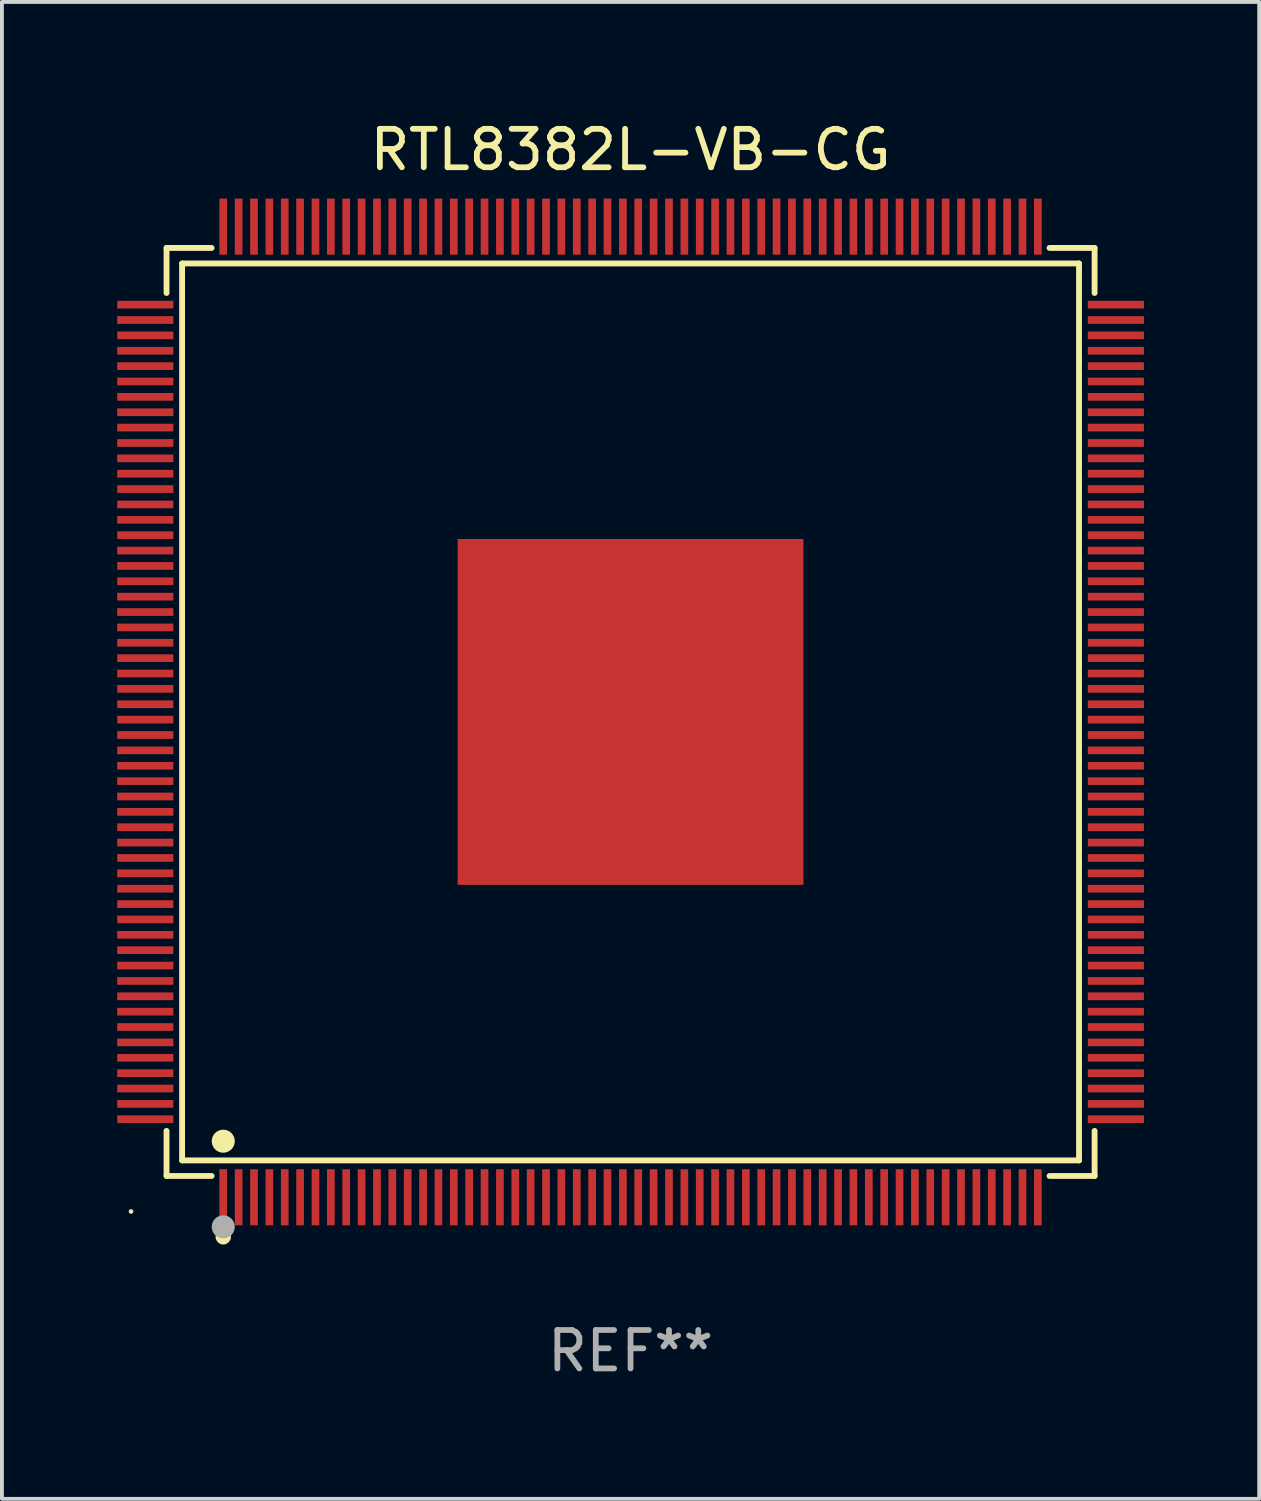
<source format=kicad_pcb>
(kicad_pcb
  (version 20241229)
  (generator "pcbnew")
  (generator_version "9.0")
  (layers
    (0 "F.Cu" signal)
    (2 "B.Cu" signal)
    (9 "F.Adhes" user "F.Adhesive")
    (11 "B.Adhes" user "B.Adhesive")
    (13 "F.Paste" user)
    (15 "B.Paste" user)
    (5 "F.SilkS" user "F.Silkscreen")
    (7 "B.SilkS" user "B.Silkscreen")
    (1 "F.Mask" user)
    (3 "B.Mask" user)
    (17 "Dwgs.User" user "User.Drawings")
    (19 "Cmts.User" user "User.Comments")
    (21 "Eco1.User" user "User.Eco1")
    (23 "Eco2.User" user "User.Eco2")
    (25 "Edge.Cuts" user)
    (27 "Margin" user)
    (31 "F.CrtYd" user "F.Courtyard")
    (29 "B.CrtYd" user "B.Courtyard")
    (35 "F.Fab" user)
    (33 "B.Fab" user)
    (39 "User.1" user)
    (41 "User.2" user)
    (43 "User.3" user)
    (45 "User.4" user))
  (footprint "RTL8382L-VB-CG"
    (layer "F.Cu")
    (at 13.36 15.478)
    (property "Reference" "RTL8382L-VB-CG" (at 0 -14.63 0) (layer "F.SilkS") (effects (font (size 1 1) (thickness 0.15))))
    (attr through_hole)
    (fp_line (start -12.076 -12.076) (end -10.903 -12.076) (stroke (width 0.152) (type solid)) (layer "F.SilkS"))
    (fp_line (start -12.076 -10.903) (end -12.076 -12.076) (stroke (width 0.152) (type solid)) (layer "F.SilkS"))
    (fp_line (start -12.076 10.903) (end -12.076 12.076) (stroke (width 0.152) (type solid)) (layer "F.SilkS"))
    (fp_line (start -12.076 12.076) (end -10.903 12.076) (stroke (width 0.152) (type solid)) (layer "F.SilkS"))
    (fp_line (start -11.671 -11.671) (end 11.671 -11.671) (stroke (width 0.152) (type solid)) (layer "F.SilkS"))
    (fp_line (start -11.671 11.671) (end -11.671 -11.671) (stroke (width 0.152) (type solid)) (layer "F.SilkS"))
    (fp_line (start 11.671 -11.671) (end 11.671 11.671) (stroke (width 0.152) (type solid)) (layer "F.SilkS"))
    (fp_line (start 11.671 11.671) (end -11.671 11.671) (stroke (width 0.152) (type solid)) (layer "F.SilkS"))
    (fp_line (start 12.076 -12.076) (end 10.903 -12.076) (stroke (width 0.152) (type solid)) (layer "F.SilkS"))
    (fp_line (start 12.076 -10.903) (end 12.076 -12.076) (stroke (width 0.152) (type solid)) (layer "F.SilkS"))
    (fp_line (start 12.076 10.903) (end 12.076 12.076) (stroke (width 0.152) (type solid)) (layer "F.SilkS"))
    (fp_line (start 12.076 12.076) (end 10.903 12.076) (stroke (width 0.152) (type solid)) (layer "F.SilkS"))
    (fp_circle (center -13 13) (end -12.97 13) (stroke (width 0.06) (type solid)) (fill no) (layer "F.SilkS"))
    (fp_circle (center -10.6 11.171) (end -10.45 11.171) (stroke (width 0.3) (type solid)) (fill no) (layer "F.SilkS"))
    (fp_circle (center -10.6 13.66) (end -10.5 13.66) (stroke (width 0.2) (type solid)) (fill no) (layer "F.SilkS"))
    (fp_circle (center -10.6 13.4) (end -10.45 13.4) (stroke (width 0.3) (type solid)) (fill no) (layer "F.Fab"))
    (fp_text user "REF**" (at 0 16.63 0) (layer "F.Fab") (effects (font (size 1 1) (thickness 0.15))))
    (pad "1" smd rect (at -10.6 12.63) (size 0.2 1.46) (layers "F.Cu" "F.Mask" "F.Paste"))
    (pad "2" smd rect (at -10.2 12.63) (size 0.2 1.46) (layers "F.Cu" "F.Mask" "F.Paste"))
    (pad "3" smd rect (at -9.8 12.63) (size 0.2 1.46) (layers "F.Cu" "F.Mask" "F.Paste"))
    (pad "4" smd rect (at -9.4 12.63) (size 0.2 1.46) (layers "F.Cu" "F.Mask" "F.Paste"))
    (pad "5" smd rect (at -9 12.63) (size 0.2 1.46) (layers "F.Cu" "F.Mask" "F.Paste"))
    (pad "6" smd rect (at -8.6 12.63) (size 0.2 1.46) (layers "F.Cu" "F.Mask" "F.Paste"))
    (pad "7" smd rect (at -8.2 12.63) (size 0.2 1.46) (layers "F.Cu" "F.Mask" "F.Paste"))
    (pad "8" smd rect (at -7.8 12.63) (size 0.2 1.46) (layers "F.Cu" "F.Mask" "F.Paste"))
    (pad "9" smd rect (at -7.4 12.63) (size 0.2 1.46) (layers "F.Cu" "F.Mask" "F.Paste"))
    (pad "10" smd rect (at -7 12.63) (size 0.2 1.46) (layers "F.Cu" "F.Mask" "F.Paste"))
    (pad "11" smd rect (at -6.6 12.63) (size 0.2 1.46) (layers "F.Cu" "F.Mask" "F.Paste"))
    (pad "12" smd rect (at -6.2 12.63) (size 0.2 1.46) (layers "F.Cu" "F.Mask" "F.Paste"))
    (pad "13" smd rect (at -5.8 12.63) (size 0.2 1.46) (layers "F.Cu" "F.Mask" "F.Paste"))
    (pad "14" smd rect (at -5.4 12.63) (size 0.2 1.46) (layers "F.Cu" "F.Mask" "F.Paste"))
    (pad "15" smd rect (at -5 12.63) (size 0.2 1.46) (layers "F.Cu" "F.Mask" "F.Paste"))
    (pad "16" smd rect (at -4.6 12.63) (size 0.2 1.46) (layers "F.Cu" "F.Mask" "F.Paste"))
    (pad "17" smd rect (at -4.2 12.63) (size 0.2 1.46) (layers "F.Cu" "F.Mask" "F.Paste"))
    (pad "18" smd rect (at -3.8 12.63) (size 0.2 1.46) (layers "F.Cu" "F.Mask" "F.Paste"))
    (pad "19" smd rect (at -3.4 12.63) (size 0.2 1.46) (layers "F.Cu" "F.Mask" "F.Paste"))
    (pad "20" smd rect (at -3 12.63) (size 0.2 1.46) (layers "F.Cu" "F.Mask" "F.Paste"))
    (pad "21" smd rect (at -2.6 12.63) (size 0.2 1.46) (layers "F.Cu" "F.Mask" "F.Paste"))
    (pad "22" smd rect (at -2.2 12.63) (size 0.2 1.46) (layers "F.Cu" "F.Mask" "F.Paste"))
    (pad "23" smd rect (at -1.8 12.63) (size 0.2 1.46) (layers "F.Cu" "F.Mask" "F.Paste"))
    (pad "24" smd rect (at -1.4 12.63) (size 0.2 1.46) (layers "F.Cu" "F.Mask" "F.Paste"))
    (pad "25" smd rect (at -1 12.63) (size 0.2 1.46) (layers "F.Cu" "F.Mask" "F.Paste"))
    (pad "26" smd rect (at -0.6 12.63) (size 0.2 1.46) (layers "F.Cu" "F.Mask" "F.Paste"))
    (pad "27" smd rect (at -0.2 12.63) (size 0.2 1.46) (layers "F.Cu" "F.Mask" "F.Paste"))
    (pad "28" smd rect (at 0.2 12.63) (size 0.2 1.46) (layers "F.Cu" "F.Mask" "F.Paste"))
    (pad "29" smd rect (at 0.6 12.63) (size 0.2 1.46) (layers "F.Cu" "F.Mask" "F.Paste"))
    (pad "30" smd rect (at 1 12.63) (size 0.2 1.46) (layers "F.Cu" "F.Mask" "F.Paste"))
    (pad "31" smd rect (at 1.4 12.63) (size 0.2 1.46) (layers "F.Cu" "F.Mask" "F.Paste"))
    (pad "32" smd rect (at 1.8 12.63) (size 0.2 1.46) (layers "F.Cu" "F.Mask" "F.Paste"))
    (pad "33" smd rect (at 2.2 12.63) (size 0.2 1.46) (layers "F.Cu" "F.Mask" "F.Paste"))
    (pad "34" smd rect (at 2.6 12.63) (size 0.2 1.46) (layers "F.Cu" "F.Mask" "F.Paste"))
    (pad "35" smd rect (at 3 12.63) (size 0.2 1.46) (layers "F.Cu" "F.Mask" "F.Paste"))
    (pad "36" smd rect (at 3.4 12.63) (size 0.2 1.46) (layers "F.Cu" "F.Mask" "F.Paste"))
    (pad "37" smd rect (at 3.8 12.63) (size 0.2 1.46) (layers "F.Cu" "F.Mask" "F.Paste"))
    (pad "38" smd rect (at 4.2 12.63) (size 0.2 1.46) (layers "F.Cu" "F.Mask" "F.Paste"))
    (pad "39" smd rect (at 4.6 12.63) (size 0.2 1.46) (layers "F.Cu" "F.Mask" "F.Paste"))
    (pad "40" smd rect (at 5 12.63) (size 0.2 1.46) (layers "F.Cu" "F.Mask" "F.Paste"))
    (pad "41" smd rect (at 5.4 12.63) (size 0.2 1.46) (layers "F.Cu" "F.Mask" "F.Paste"))
    (pad "42" smd rect (at 5.8 12.63) (size 0.2 1.46) (layers "F.Cu" "F.Mask" "F.Paste"))
    (pad "43" smd rect (at 6.2 12.63) (size 0.2 1.46) (layers "F.Cu" "F.Mask" "F.Paste"))
    (pad "44" smd rect (at 6.6 12.63) (size 0.2 1.46) (layers "F.Cu" "F.Mask" "F.Paste"))
    (pad "45" smd rect (at 7 12.63) (size 0.2 1.46) (layers "F.Cu" "F.Mask" "F.Paste"))
    (pad "46" smd rect (at 7.4 12.63) (size 0.2 1.46) (layers "F.Cu" "F.Mask" "F.Paste"))
    (pad "47" smd rect (at 7.8 12.63) (size 0.2 1.46) (layers "F.Cu" "F.Mask" "F.Paste"))
    (pad "48" smd rect (at 8.2 12.63) (size 0.2 1.46) (layers "F.Cu" "F.Mask" "F.Paste"))
    (pad "49" smd rect (at 8.6 12.63) (size 0.2 1.46) (layers "F.Cu" "F.Mask" "F.Paste"))
    (pad "50" smd rect (at 9 12.63) (size 0.2 1.46) (layers "F.Cu" "F.Mask" "F.Paste"))
    (pad "51" smd rect (at 9.4 12.63) (size 0.2 1.46) (layers "F.Cu" "F.Mask" "F.Paste"))
    (pad "52" smd rect (at 9.8 12.63) (size 0.2 1.46) (layers "F.Cu" "F.Mask" "F.Paste"))
    (pad "53" smd rect (at 10.2 12.63) (size 0.2 1.46) (layers "F.Cu" "F.Mask" "F.Paste"))
    (pad "54" smd rect (at 10.6 12.63) (size 0.2 1.46) (layers "F.Cu" "F.Mask" "F.Paste"))
    (pad "55" smd rect (at 12.63 10.6) (size 1.46 0.2) (layers "F.Cu" "F.Mask" "F.Paste"))
    (pad "56" smd rect (at 12.63 10.2) (size 1.46 0.2) (layers "F.Cu" "F.Mask" "F.Paste"))
    (pad "57" smd rect (at 12.63 9.8) (size 1.46 0.2) (layers "F.Cu" "F.Mask" "F.Paste"))
    (pad "58" smd rect (at 12.63 9.4) (size 1.46 0.2) (layers "F.Cu" "F.Mask" "F.Paste"))
    (pad "59" smd rect (at 12.63 9) (size 1.46 0.2) (layers "F.Cu" "F.Mask" "F.Paste"))
    (pad "60" smd rect (at 12.63 8.6) (size 1.46 0.2) (layers "F.Cu" "F.Mask" "F.Paste"))
    (pad "61" smd rect (at 12.63 8.2) (size 1.46 0.2) (layers "F.Cu" "F.Mask" "F.Paste"))
    (pad "62" smd rect (at 12.63 7.8) (size 1.46 0.2) (layers "F.Cu" "F.Mask" "F.Paste"))
    (pad "63" smd rect (at 12.63 7.4) (size 1.46 0.2) (layers "F.Cu" "F.Mask" "F.Paste"))
    (pad "64" smd rect (at 12.63 7) (size 1.46 0.2) (layers "F.Cu" "F.Mask" "F.Paste"))
    (pad "65" smd rect (at 12.63 6.6) (size 1.46 0.2) (layers "F.Cu" "F.Mask" "F.Paste"))
    (pad "66" smd rect (at 12.63 6.2) (size 1.46 0.2) (layers "F.Cu" "F.Mask" "F.Paste"))
    (pad "67" smd rect (at 12.63 5.8) (size 1.46 0.2) (layers "F.Cu" "F.Mask" "F.Paste"))
    (pad "68" smd rect (at 12.63 5.4) (size 1.46 0.2) (layers "F.Cu" "F.Mask" "F.Paste"))
    (pad "69" smd rect (at 12.63 5) (size 1.46 0.2) (layers "F.Cu" "F.Mask" "F.Paste"))
    (pad "70" smd rect (at 12.63 4.6) (size 1.46 0.2) (layers "F.Cu" "F.Mask" "F.Paste"))
    (pad "71" smd rect (at 12.63 4.2) (size 1.46 0.2) (layers "F.Cu" "F.Mask" "F.Paste"))
    (pad "72" smd rect (at 12.63 3.8) (size 1.46 0.2) (layers "F.Cu" "F.Mask" "F.Paste"))
    (pad "73" smd rect (at 12.63 3.4) (size 1.46 0.2) (layers "F.Cu" "F.Mask" "F.Paste"))
    (pad "74" smd rect (at 12.63 3) (size 1.46 0.2) (layers "F.Cu" "F.Mask" "F.Paste"))
    (pad "75" smd rect (at 12.63 2.6) (size 1.46 0.2) (layers "F.Cu" "F.Mask" "F.Paste"))
    (pad "76" smd rect (at 12.63 2.2) (size 1.46 0.2) (layers "F.Cu" "F.Mask" "F.Paste"))
    (pad "77" smd rect (at 12.63 1.8) (size 1.46 0.2) (layers "F.Cu" "F.Mask" "F.Paste"))
    (pad "78" smd rect (at 12.63 1.4) (size 1.46 0.2) (layers "F.Cu" "F.Mask" "F.Paste"))
    (pad "79" smd rect (at 12.63 1) (size 1.46 0.2) (layers "F.Cu" "F.Mask" "F.Paste"))
    (pad "80" smd rect (at 12.63 0.6) (size 1.46 0.2) (layers "F.Cu" "F.Mask" "F.Paste"))
    (pad "81" smd rect (at 12.63 0.2) (size 1.46 0.2) (layers "F.Cu" "F.Mask" "F.Paste"))
    (pad "82" smd rect (at 12.63 -0.2) (size 1.46 0.2) (layers "F.Cu" "F.Mask" "F.Paste"))
    (pad "83" smd rect (at 12.63 -0.6) (size 1.46 0.2) (layers "F.Cu" "F.Mask" "F.Paste"))
    (pad "84" smd rect (at 12.63 -1) (size 1.46 0.2) (layers "F.Cu" "F.Mask" "F.Paste"))
    (pad "85" smd rect (at 12.63 -1.4) (size 1.46 0.2) (layers "F.Cu" "F.Mask" "F.Paste"))
    (pad "86" smd rect (at 12.63 -1.8) (size 1.46 0.2) (layers "F.Cu" "F.Mask" "F.Paste"))
    (pad "87" smd rect (at 12.63 -2.2) (size 1.46 0.2) (layers "F.Cu" "F.Mask" "F.Paste"))
    (pad "88" smd rect (at 12.63 -2.6) (size 1.46 0.2) (layers "F.Cu" "F.Mask" "F.Paste"))
    (pad "89" smd rect (at 12.63 -3) (size 1.46 0.2) (layers "F.Cu" "F.Mask" "F.Paste"))
    (pad "90" smd rect (at 12.63 -3.4) (size 1.46 0.2) (layers "F.Cu" "F.Mask" "F.Paste"))
    (pad "91" smd rect (at 12.63 -3.8) (size 1.46 0.2) (layers "F.Cu" "F.Mask" "F.Paste"))
    (pad "92" smd rect (at 12.63 -4.2) (size 1.46 0.2) (layers "F.Cu" "F.Mask" "F.Paste"))
    (pad "93" smd rect (at 12.63 -4.6) (size 1.46 0.2) (layers "F.Cu" "F.Mask" "F.Paste"))
    (pad "94" smd rect (at 12.63 -5) (size 1.46 0.2) (layers "F.Cu" "F.Mask" "F.Paste"))
    (pad "95" smd rect (at 12.63 -5.4) (size 1.46 0.2) (layers "F.Cu" "F.Mask" "F.Paste"))
    (pad "96" smd rect (at 12.63 -5.8) (size 1.46 0.2) (layers "F.Cu" "F.Mask" "F.Paste"))
    (pad "97" smd rect (at 12.63 -6.2) (size 1.46 0.2) (layers "F.Cu" "F.Mask" "F.Paste"))
    (pad "98" smd rect (at 12.63 -6.6) (size 1.46 0.2) (layers "F.Cu" "F.Mask" "F.Paste"))
    (pad "99" smd rect (at 12.63 -7) (size 1.46 0.2) (layers "F.Cu" "F.Mask" "F.Paste"))
    (pad "100" smd rect (at 12.63 -7.4) (size 1.46 0.2) (layers "F.Cu" "F.Mask" "F.Paste"))
    (pad "101" smd rect (at 12.63 -7.8) (size 1.46 0.2) (layers "F.Cu" "F.Mask" "F.Paste"))
    (pad "102" smd rect (at 12.63 -8.2) (size 1.46 0.2) (layers "F.Cu" "F.Mask" "F.Paste"))
    (pad "103" smd rect (at 12.63 -8.6) (size 1.46 0.2) (layers "F.Cu" "F.Mask" "F.Paste"))
    (pad "104" smd rect (at 12.63 -9) (size 1.46 0.2) (layers "F.Cu" "F.Mask" "F.Paste"))
    (pad "105" smd rect (at 12.63 -9.4) (size 1.46 0.2) (layers "F.Cu" "F.Mask" "F.Paste"))
    (pad "106" smd rect (at 12.63 -9.8) (size 1.46 0.2) (layers "F.Cu" "F.Mask" "F.Paste"))
    (pad "107" smd rect (at 12.63 -10.2) (size 1.46 0.2) (layers "F.Cu" "F.Mask" "F.Paste"))
    (pad "108" smd rect (at 12.63 -10.6) (size 1.46 0.2) (layers "F.Cu" "F.Mask" "F.Paste"))
    (pad "109" smd rect (at 10.6 -12.63) (size 0.2 1.46) (layers "F.Cu" "F.Mask" "F.Paste"))
    (pad "110" smd rect (at 10.2 -12.63) (size 0.2 1.46) (layers "F.Cu" "F.Mask" "F.Paste"))
    (pad "111" smd rect (at 9.8 -12.63) (size 0.2 1.46) (layers "F.Cu" "F.Mask" "F.Paste"))
    (pad "112" smd rect (at 9.4 -12.63) (size 0.2 1.46) (layers "F.Cu" "F.Mask" "F.Paste"))
    (pad "113" smd rect (at 9 -12.63) (size 0.2 1.46) (layers "F.Cu" "F.Mask" "F.Paste"))
    (pad "114" smd rect (at 8.6 -12.63) (size 0.2 1.46) (layers "F.Cu" "F.Mask" "F.Paste"))
    (pad "115" smd rect (at 8.2 -12.63) (size 0.2 1.46) (layers "F.Cu" "F.Mask" "F.Paste"))
    (pad "116" smd rect (at 7.8 -12.63) (size 0.2 1.46) (layers "F.Cu" "F.Mask" "F.Paste"))
    (pad "117" smd rect (at 7.4 -12.63) (size 0.2 1.46) (layers "F.Cu" "F.Mask" "F.Paste"))
    (pad "118" smd rect (at 7 -12.63) (size 0.2 1.46) (layers "F.Cu" "F.Mask" "F.Paste"))
    (pad "119" smd rect (at 6.6 -12.63) (size 0.2 1.46) (layers "F.Cu" "F.Mask" "F.Paste"))
    (pad "120" smd rect (at 6.2 -12.63) (size 0.2 1.46) (layers "F.Cu" "F.Mask" "F.Paste"))
    (pad "121" smd rect (at 5.8 -12.63) (size 0.2 1.46) (layers "F.Cu" "F.Mask" "F.Paste"))
    (pad "122" smd rect (at 5.4 -12.63) (size 0.2 1.46) (layers "F.Cu" "F.Mask" "F.Paste"))
    (pad "123" smd rect (at 5 -12.63) (size 0.2 1.46) (layers "F.Cu" "F.Mask" "F.Paste"))
    (pad "124" smd rect (at 4.6 -12.63) (size 0.2 1.46) (layers "F.Cu" "F.Mask" "F.Paste"))
    (pad "125" smd rect (at 4.2 -12.63) (size 0.2 1.46) (layers "F.Cu" "F.Mask" "F.Paste"))
    (pad "126" smd rect (at 3.8 -12.63) (size 0.2 1.46) (layers "F.Cu" "F.Mask" "F.Paste"))
    (pad "127" smd rect (at 3.4 -12.63) (size 0.2 1.46) (layers "F.Cu" "F.Mask" "F.Paste"))
    (pad "128" smd rect (at 3 -12.63) (size 0.2 1.46) (layers "F.Cu" "F.Mask" "F.Paste"))
    (pad "129" smd rect (at 2.6 -12.63) (size 0.2 1.46) (layers "F.Cu" "F.Mask" "F.Paste"))
    (pad "130" smd rect (at 2.2 -12.63) (size 0.2 1.46) (layers "F.Cu" "F.Mask" "F.Paste"))
    (pad "131" smd rect (at 1.8 -12.63) (size 0.2 1.46) (layers "F.Cu" "F.Mask" "F.Paste"))
    (pad "132" smd rect (at 1.4 -12.63) (size 0.2 1.46) (layers "F.Cu" "F.Mask" "F.Paste"))
    (pad "133" smd rect (at 1 -12.63) (size 0.2 1.46) (layers "F.Cu" "F.Mask" "F.Paste"))
    (pad "134" smd rect (at 0.6 -12.63) (size 0.2 1.46) (layers "F.Cu" "F.Mask" "F.Paste"))
    (pad "135" smd rect (at 0.2 -12.63) (size 0.2 1.46) (layers "F.Cu" "F.Mask" "F.Paste"))
    (pad "136" smd rect (at -0.2 -12.63) (size 0.2 1.46) (layers "F.Cu" "F.Mask" "F.Paste"))
    (pad "137" smd rect (at -0.6 -12.63) (size 0.2 1.46) (layers "F.Cu" "F.Mask" "F.Paste"))
    (pad "138" smd rect (at -1 -12.63) (size 0.2 1.46) (layers "F.Cu" "F.Mask" "F.Paste"))
    (pad "139" smd rect (at -1.4 -12.63) (size 0.2 1.46) (layers "F.Cu" "F.Mask" "F.Paste"))
    (pad "140" smd rect (at -1.8 -12.63) (size 0.2 1.46) (layers "F.Cu" "F.Mask" "F.Paste"))
    (pad "141" smd rect (at -2.2 -12.63) (size 0.2 1.46) (layers "F.Cu" "F.Mask" "F.Paste"))
    (pad "142" smd rect (at -2.6 -12.63) (size 0.2 1.46) (layers "F.Cu" "F.Mask" "F.Paste"))
    (pad "143" smd rect (at -3 -12.63) (size 0.2 1.46) (layers "F.Cu" "F.Mask" "F.Paste"))
    (pad "144" smd rect (at -3.4 -12.63) (size 0.2 1.46) (layers "F.Cu" "F.Mask" "F.Paste"))
    (pad "145" smd rect (at -3.8 -12.63) (size 0.2 1.46) (layers "F.Cu" "F.Mask" "F.Paste"))
    (pad "146" smd rect (at -4.2 -12.63) (size 0.2 1.46) (layers "F.Cu" "F.Mask" "F.Paste"))
    (pad "147" smd rect (at -4.6 -12.63) (size 0.2 1.46) (layers "F.Cu" "F.Mask" "F.Paste"))
    (pad "148" smd rect (at -5 -12.63) (size 0.2 1.46) (layers "F.Cu" "F.Mask" "F.Paste"))
    (pad "149" smd rect (at -5.4 -12.63) (size 0.2 1.46) (layers "F.Cu" "F.Mask" "F.Paste"))
    (pad "150" smd rect (at -5.8 -12.63) (size 0.2 1.46) (layers "F.Cu" "F.Mask" "F.Paste"))
    (pad "151" smd rect (at -6.2 -12.63) (size 0.2 1.46) (layers "F.Cu" "F.Mask" "F.Paste"))
    (pad "152" smd rect (at -6.6 -12.63) (size 0.2 1.46) (layers "F.Cu" "F.Mask" "F.Paste"))
    (pad "153" smd rect (at -7 -12.63) (size 0.2 1.46) (layers "F.Cu" "F.Mask" "F.Paste"))
    (pad "154" smd rect (at -7.4 -12.63) (size 0.2 1.46) (layers "F.Cu" "F.Mask" "F.Paste"))
    (pad "155" smd rect (at -7.8 -12.63) (size 0.2 1.46) (layers "F.Cu" "F.Mask" "F.Paste"))
    (pad "156" smd rect (at -8.2 -12.63) (size 0.2 1.46) (layers "F.Cu" "F.Mask" "F.Paste"))
    (pad "157" smd rect (at -8.6 -12.63) (size 0.2 1.46) (layers "F.Cu" "F.Mask" "F.Paste"))
    (pad "158" smd rect (at -9 -12.63) (size 0.2 1.46) (layers "F.Cu" "F.Mask" "F.Paste"))
    (pad "159" smd rect (at -9.4 -12.63) (size 0.2 1.46) (layers "F.Cu" "F.Mask" "F.Paste"))
    (pad "160" smd rect (at -9.8 -12.63) (size 0.2 1.46) (layers "F.Cu" "F.Mask" "F.Paste"))
    (pad "161" smd rect (at -10.2 -12.63) (size 0.2 1.46) (layers "F.Cu" "F.Mask" "F.Paste"))
    (pad "162" smd rect (at -10.6 -12.63) (size 0.2 1.46) (layers "F.Cu" "F.Mask" "F.Paste"))
    (pad "163" smd rect (at -12.63 -10.6) (size 1.46 0.2) (layers "F.Cu" "F.Mask" "F.Paste"))
    (pad "164" smd rect (at -12.63 -10.2) (size 1.46 0.2) (layers "F.Cu" "F.Mask" "F.Paste"))
    (pad "165" smd rect (at -12.63 -9.8) (size 1.46 0.2) (layers "F.Cu" "F.Mask" "F.Paste"))
    (pad "166" smd rect (at -12.63 -9.4) (size 1.46 0.2) (layers "F.Cu" "F.Mask" "F.Paste"))
    (pad "167" smd rect (at -12.63 -9) (size 1.46 0.2) (layers "F.Cu" "F.Mask" "F.Paste"))
    (pad "168" smd rect (at -12.63 -8.6) (size 1.46 0.2) (layers "F.Cu" "F.Mask" "F.Paste"))
    (pad "169" smd rect (at -12.63 -8.2) (size 1.46 0.2) (layers "F.Cu" "F.Mask" "F.Paste"))
    (pad "170" smd rect (at -12.63 -7.8) (size 1.46 0.2) (layers "F.Cu" "F.Mask" "F.Paste"))
    (pad "171" smd rect (at -12.63 -7.4) (size 1.46 0.2) (layers "F.Cu" "F.Mask" "F.Paste"))
    (pad "172" smd rect (at -12.63 -7) (size 1.46 0.2) (layers "F.Cu" "F.Mask" "F.Paste"))
    (pad "173" smd rect (at -12.63 -6.6) (size 1.46 0.2) (layers "F.Cu" "F.Mask" "F.Paste"))
    (pad "174" smd rect (at -12.63 -6.2) (size 1.46 0.2) (layers "F.Cu" "F.Mask" "F.Paste"))
    (pad "175" smd rect (at -12.63 -5.8) (size 1.46 0.2) (layers "F.Cu" "F.Mask" "F.Paste"))
    (pad "176" smd rect (at -12.63 -5.4) (size 1.46 0.2) (layers "F.Cu" "F.Mask" "F.Paste"))
    (pad "177" smd rect (at -12.63 -5) (size 1.46 0.2) (layers "F.Cu" "F.Mask" "F.Paste"))
    (pad "178" smd rect (at -12.63 -4.6) (size 1.46 0.2) (layers "F.Cu" "F.Mask" "F.Paste"))
    (pad "179" smd rect (at -12.63 -4.2) (size 1.46 0.2) (layers "F.Cu" "F.Mask" "F.Paste"))
    (pad "180" smd rect (at -12.63 -3.8) (size 1.46 0.2) (layers "F.Cu" "F.Mask" "F.Paste"))
    (pad "181" smd rect (at -12.63 -3.4) (size 1.46 0.2) (layers "F.Cu" "F.Mask" "F.Paste"))
    (pad "182" smd rect (at -12.63 -3) (size 1.46 0.2) (layers "F.Cu" "F.Mask" "F.Paste"))
    (pad "183" smd rect (at -12.63 -2.6) (size 1.46 0.2) (layers "F.Cu" "F.Mask" "F.Paste"))
    (pad "184" smd rect (at -12.63 -2.2) (size 1.46 0.2) (layers "F.Cu" "F.Mask" "F.Paste"))
    (pad "185" smd rect (at -12.63 -1.8) (size 1.46 0.2) (layers "F.Cu" "F.Mask" "F.Paste"))
    (pad "186" smd rect (at -12.63 -1.4) (size 1.46 0.2) (layers "F.Cu" "F.Mask" "F.Paste"))
    (pad "187" smd rect (at -12.63 -1) (size 1.46 0.2) (layers "F.Cu" "F.Mask" "F.Paste"))
    (pad "188" smd rect (at -12.63 -0.6) (size 1.46 0.2) (layers "F.Cu" "F.Mask" "F.Paste"))
    (pad "189" smd rect (at -12.63 -0.2) (size 1.46 0.2) (layers "F.Cu" "F.Mask" "F.Paste"))
    (pad "190" smd rect (at -12.63 0.2) (size 1.46 0.2) (layers "F.Cu" "F.Mask" "F.Paste"))
    (pad "191" smd rect (at -12.63 0.6) (size 1.46 0.2) (layers "F.Cu" "F.Mask" "F.Paste"))
    (pad "192" smd rect (at -12.63 1) (size 1.46 0.2) (layers "F.Cu" "F.Mask" "F.Paste"))
    (pad "193" smd rect (at -12.63 1.4) (size 1.46 0.2) (layers "F.Cu" "F.Mask" "F.Paste"))
    (pad "194" smd rect (at -12.63 1.8) (size 1.46 0.2) (layers "F.Cu" "F.Mask" "F.Paste"))
    (pad "195" smd rect (at -12.63 2.2) (size 1.46 0.2) (layers "F.Cu" "F.Mask" "F.Paste"))
    (pad "196" smd rect (at -12.63 2.6) (size 1.46 0.2) (layers "F.Cu" "F.Mask" "F.Paste"))
    (pad "197" smd rect (at -12.63 3) (size 1.46 0.2) (layers "F.Cu" "F.Mask" "F.Paste"))
    (pad "198" smd rect (at -12.63 3.4) (size 1.46 0.2) (layers "F.Cu" "F.Mask" "F.Paste"))
    (pad "199" smd rect (at -12.63 3.8) (size 1.46 0.2) (layers "F.Cu" "F.Mask" "F.Paste"))
    (pad "200" smd rect (at -12.63 4.2) (size 1.46 0.2) (layers "F.Cu" "F.Mask" "F.Paste"))
    (pad "201" smd rect (at -12.63 4.6) (size 1.46 0.2) (layers "F.Cu" "F.Mask" "F.Paste"))
    (pad "202" smd rect (at -12.63 5) (size 1.46 0.2) (layers "F.Cu" "F.Mask" "F.Paste"))
    (pad "203" smd rect (at -12.63 5.4) (size 1.46 0.2) (layers "F.Cu" "F.Mask" "F.Paste"))
    (pad "204" smd rect (at -12.63 5.8) (size 1.46 0.2) (layers "F.Cu" "F.Mask" "F.Paste"))
    (pad "205" smd rect (at -12.63 6.2) (size 1.46 0.2) (layers "F.Cu" "F.Mask" "F.Paste"))
    (pad "206" smd rect (at -12.63 6.6) (size 1.46 0.2) (layers "F.Cu" "F.Mask" "F.Paste"))
    (pad "207" smd rect (at -12.63 7) (size 1.46 0.2) (layers "F.Cu" "F.Mask" "F.Paste"))
    (pad "208" smd rect (at -12.63 7.4) (size 1.46 0.2) (layers "F.Cu" "F.Mask" "F.Paste"))
    (pad "209" smd rect (at -12.63 7.8) (size 1.46 0.2) (layers "F.Cu" "F.Mask" "F.Paste"))
    (pad "210" smd rect (at -12.63 8.2) (size 1.46 0.2) (layers "F.Cu" "F.Mask" "F.Paste"))
    (pad "211" smd rect (at -12.63 8.6) (size 1.46 0.2) (layers "F.Cu" "F.Mask" "F.Paste"))
    (pad "212" smd rect (at -12.63 9) (size 1.46 0.2) (layers "F.Cu" "F.Mask" "F.Paste"))
    (pad "213" smd rect (at -12.63 9.4) (size 1.46 0.2) (layers "F.Cu" "F.Mask" "F.Paste"))
    (pad "214" smd rect (at -12.63 9.8) (size 1.46 0.2) (layers "F.Cu" "F.Mask" "F.Paste"))
    (pad "215" smd rect (at -12.63 10.2) (size 1.46 0.2) (layers "F.Cu" "F.Mask" "F.Paste"))
    (pad "216" smd rect (at -12.63 10.6) (size 1.46 0.2) (layers "F.Cu" "F.Mask" "F.Paste"))
    (pad "217" smd rect (at 0 0) (size 9 9) (layers "F.Cu" "F.Mask" "F.Paste")))
  (gr_rect
    (start -3 -3)
    (end 29.72 35.956)
    (stroke (width 0.1) (type default))
    (fill no)
    (layer "Edge.Cuts")))
</source>
